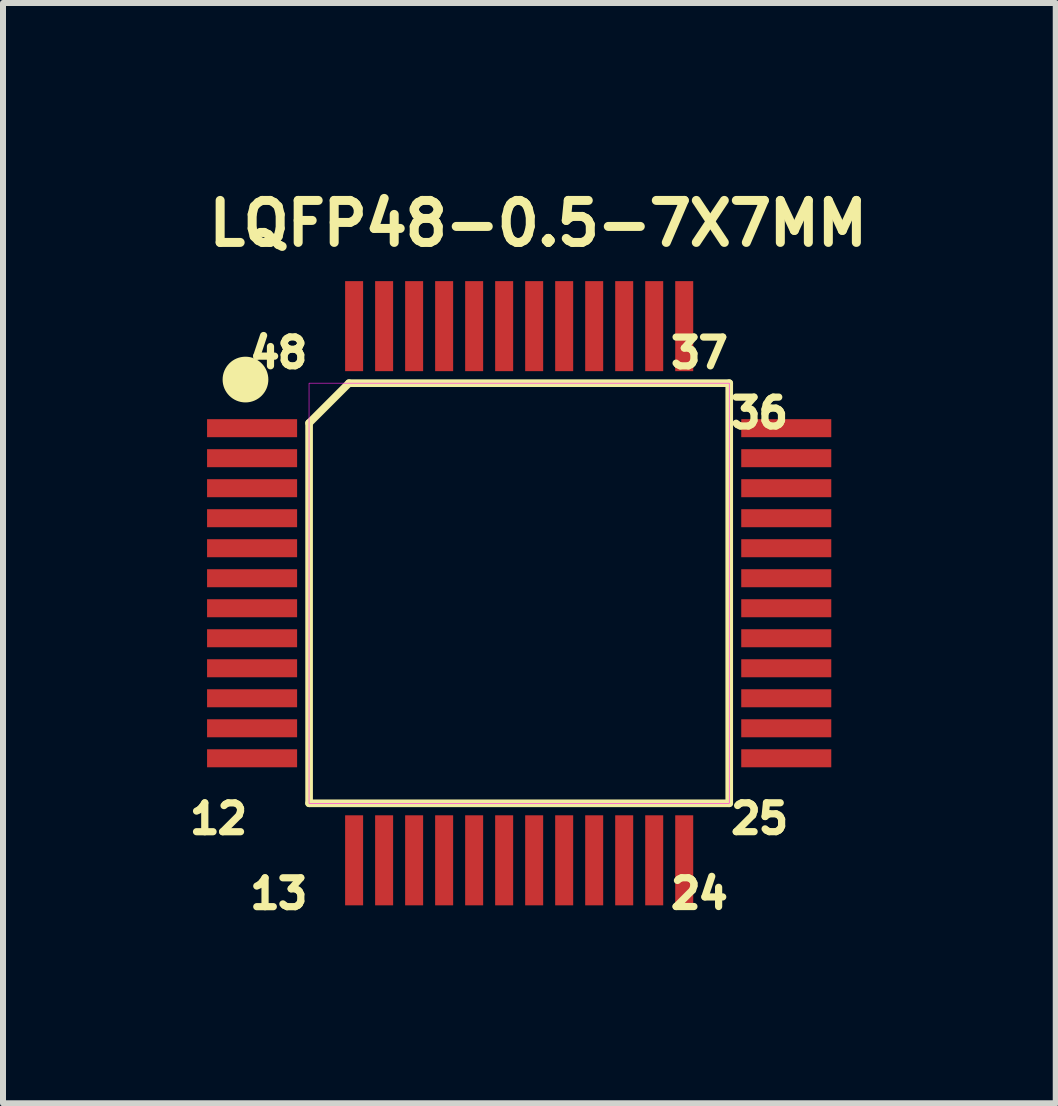
<source format=kicad_pcb>
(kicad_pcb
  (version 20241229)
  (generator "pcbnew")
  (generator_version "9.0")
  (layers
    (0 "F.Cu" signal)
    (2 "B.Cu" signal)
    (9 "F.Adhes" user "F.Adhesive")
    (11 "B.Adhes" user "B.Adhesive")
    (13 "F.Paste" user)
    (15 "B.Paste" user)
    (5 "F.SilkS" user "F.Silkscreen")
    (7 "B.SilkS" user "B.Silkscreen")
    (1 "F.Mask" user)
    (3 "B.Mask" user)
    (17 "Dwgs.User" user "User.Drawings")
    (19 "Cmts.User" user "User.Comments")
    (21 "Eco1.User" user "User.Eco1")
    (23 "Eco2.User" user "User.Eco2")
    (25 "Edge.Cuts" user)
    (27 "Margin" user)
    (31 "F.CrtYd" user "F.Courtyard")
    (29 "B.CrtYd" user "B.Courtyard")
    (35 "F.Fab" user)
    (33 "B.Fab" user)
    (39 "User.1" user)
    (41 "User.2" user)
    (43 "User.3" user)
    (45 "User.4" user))
  (footprint "LQFP48-0.5-7X7MM"
    (layer "F.Cu")
    (at 5.6 6.834)
    (property "Reference" "LQFP48-0.5-7X7MM" (at 0.318 -6.161 0) (layer "F.SilkS") (effects (font (size 0.7 0.7) (thickness 0.15))))
    (attr smd)
    (fp_line (start -3.5 -2.836) (end -3.5 3.5) (stroke (width 0.127) (type solid)) (layer "F.SilkS"))
    (fp_line (start -3.5 3.5) (end 3.5 3.5) (stroke (width 0.127) (type solid)) (layer "F.SilkS"))
    (fp_line (start -2.836 -3.5) (end -3.5 -2.836) (stroke (width 0.127) (type solid)) (layer "F.SilkS"))
    (fp_line (start 3.5 -3.5) (end -2.836 -3.5) (stroke (width 0.127) (type solid)) (layer "F.SilkS"))
    (fp_line (start 3.5 3.5) (end 3.5 -3.5) (stroke (width 0.127) (type solid)) (layer "F.SilkS"))
    (fp_circle (center -4.56 -3.56) (end -4.179 -3.56) (stroke (width 0) (type solid)) (fill yes) (layer "F.SilkS"))
    (fp_poly (pts (xy -3.501 -3.5) (xy 3.5 -3.5) (xy 3.5 3.501) (xy -3.501 3.501)) (stroke (width 0.01) (type solid)) (fill no) (layer "F.CrtYd"))
    (fp_text user "24" (at 3.003 5.004 0) (layer "F.SilkS") (effects (font (size 0.48 0.48) (thickness 0.15))))
    (fp_text user "12" (at -5.009 3.757 0) (layer "F.SilkS") (effects (font (size 0.481 0.481) (thickness 0.15))))
    (fp_text user "37" (at 3.003 -4.004 0) (layer "F.SilkS") (effects (font (size 0.48 0.48) (thickness 0.15))))
    (fp_text user "25" (at 4.006 3.756 0) (layer "F.SilkS") (effects (font (size 0.481 0.481) (thickness 0.15))))
    (fp_text user "13" (at -4.005 5.006 0) (layer "F.SilkS") (effects (font (size 0.481 0.481) (thickness 0.15))))
    (fp_text user "48" (at -4.006 -4.006 0) (layer "F.SilkS") (effects (font (size 0.481 0.481) (thickness 0.15))))
    (fp_text user "36" (at 4.004 -3.003 0) (layer "F.SilkS") (effects (font (size 0.481 0.481) (thickness 0.15))))
    (pad "1" smd rect (at -4.45 -2.75) (size 1.5 0.3) (layers "F.Cu" "F.Mask" "F.Paste"))
    (pad "2" smd rect (at -4.45 -2.25) (size 1.5 0.3) (layers "F.Cu" "F.Mask" "F.Paste"))
    (pad "3" smd rect (at -4.45 -1.75) (size 1.5 0.3) (layers "F.Cu" "F.Mask" "F.Paste"))
    (pad "4" smd rect (at -4.45 -1.25) (size 1.5 0.3) (layers "F.Cu" "F.Mask" "F.Paste"))
    (pad "5" smd rect (at -4.45 -0.75) (size 1.5 0.3) (layers "F.Cu" "F.Mask" "F.Paste"))
    (pad "6" smd rect (at -4.45 -0.25) (size 1.5 0.3) (layers "F.Cu" "F.Mask" "F.Paste"))
    (pad "7" smd rect (at -4.45 0.25) (size 1.5 0.3) (layers "F.Cu" "F.Mask" "F.Paste"))
    (pad "8" smd rect (at -4.45 0.75) (size 1.5 0.3) (layers "F.Cu" "F.Mask" "F.Paste"))
    (pad "9" smd rect (at -4.45 1.25) (size 1.5 0.3) (layers "F.Cu" "F.Mask" "F.Paste"))
    (pad "10" smd rect (at -4.45 1.75) (size 1.5 0.3) (layers "F.Cu" "F.Mask" "F.Paste"))
    (pad "11" smd rect (at -4.45 2.25) (size 1.5 0.3) (layers "F.Cu" "F.Mask" "F.Paste"))
    (pad "12" smd rect (at -4.45 2.75) (size 1.5 0.3) (layers "F.Cu" "F.Mask" "F.Paste"))
    (pad "13" smd rect (at -2.75 4.45) (size 0.3 1.5) (layers "F.Cu" "F.Mask" "F.Paste"))
    (pad "14" smd rect (at -2.25 4.45) (size 0.3 1.5) (layers "F.Cu" "F.Mask" "F.Paste"))
    (pad "15" smd rect (at -1.75 4.45) (size 0.3 1.5) (layers "F.Cu" "F.Mask" "F.Paste"))
    (pad "16" smd rect (at -1.25 4.45) (size 0.3 1.5) (layers "F.Cu" "F.Mask" "F.Paste"))
    (pad "17" smd rect (at -0.75 4.45) (size 0.3 1.5) (layers "F.Cu" "F.Mask" "F.Paste"))
    (pad "18" smd rect (at -0.25 4.45) (size 0.3 1.5) (layers "F.Cu" "F.Mask" "F.Paste"))
    (pad "19" smd rect (at 0.25 4.45) (size 0.3 1.5) (layers "F.Cu" "F.Mask" "F.Paste"))
    (pad "20" smd rect (at 0.75 4.45) (size 0.3 1.5) (layers "F.Cu" "F.Mask" "F.Paste"))
    (pad "21" smd rect (at 1.25 4.45) (size 0.3 1.5) (layers "F.Cu" "F.Mask" "F.Paste"))
    (pad "22" smd rect (at 1.75 4.45) (size 0.3 1.5) (layers "F.Cu" "F.Mask" "F.Paste"))
    (pad "23" smd rect (at 2.25 4.45) (size 0.3 1.5) (layers "F.Cu" "F.Mask" "F.Paste"))
    (pad "24" smd rect (at 2.75 4.45) (size 0.3 1.5) (layers "F.Cu" "F.Mask" "F.Paste"))
    (pad "25" smd rect (at 4.45 2.75) (size 1.5 0.3) (layers "F.Cu" "F.Mask" "F.Paste"))
    (pad "26" smd rect (at 4.45 2.25) (size 1.5 0.3) (layers "F.Cu" "F.Mask" "F.Paste"))
    (pad "27" smd rect (at 4.45 1.75) (size 1.5 0.3) (layers "F.Cu" "F.Mask" "F.Paste"))
    (pad "28" smd rect (at 4.45 1.25) (size 1.5 0.3) (layers "F.Cu" "F.Mask" "F.Paste"))
    (pad "29" smd rect (at 4.45 0.75) (size 1.5 0.3) (layers "F.Cu" "F.Mask" "F.Paste"))
    (pad "30" smd rect (at 4.45 0.25) (size 1.5 0.3) (layers "F.Cu" "F.Mask" "F.Paste"))
    (pad "31" smd rect (at 4.45 -0.25) (size 1.5 0.3) (layers "F.Cu" "F.Mask" "F.Paste"))
    (pad "32" smd rect (at 4.45 -0.75) (size 1.5 0.3) (layers "F.Cu" "F.Mask" "F.Paste"))
    (pad "33" smd rect (at 4.45 -1.25) (size 1.5 0.3) (layers "F.Cu" "F.Mask" "F.Paste"))
    (pad "34" smd rect (at 4.45 -1.75) (size 1.5 0.3) (layers "F.Cu" "F.Mask" "F.Paste"))
    (pad "35" smd rect (at 4.45 -2.25) (size 1.5 0.3) (layers "F.Cu" "F.Mask" "F.Paste"))
    (pad "36" smd rect (at 4.45 -2.75) (size 1.5 0.3) (layers "F.Cu" "F.Mask" "F.Paste"))
    (pad "37" smd rect (at 2.75 -4.45) (size 0.3 1.5) (layers "F.Cu" "F.Mask" "F.Paste"))
    (pad "38" smd rect (at 2.25 -4.45) (size 0.3 1.5) (layers "F.Cu" "F.Mask" "F.Paste"))
    (pad "39" smd rect (at 1.75 -4.45) (size 0.3 1.5) (layers "F.Cu" "F.Mask" "F.Paste"))
    (pad "40" smd rect (at 1.25 -4.45) (size 0.3 1.5) (layers "F.Cu" "F.Mask" "F.Paste"))
    (pad "41" smd rect (at 0.75 -4.45) (size 0.3 1.5) (layers "F.Cu" "F.Mask" "F.Paste"))
    (pad "42" smd rect (at 0.25 -4.45) (size 0.3 1.5) (layers "F.Cu" "F.Mask" "F.Paste"))
    (pad "43" smd rect (at -0.25 -4.45) (size 0.3 1.5) (layers "F.Cu" "F.Mask" "F.Paste"))
    (pad "44" smd rect (at -0.75 -4.45) (size 0.3 1.5) (layers "F.Cu" "F.Mask" "F.Paste"))
    (pad "45" smd rect (at -1.25 -4.45) (size 0.3 1.5) (layers "F.Cu" "F.Mask" "F.Paste"))
    (pad "46" smd rect (at -1.75 -4.45) (size 0.3 1.5) (layers "F.Cu" "F.Mask" "F.Paste"))
    (pad "47" smd rect (at -2.25 -4.45) (size 0.3 1.5) (layers "F.Cu" "F.Mask" "F.Paste"))
    (pad "48" smd rect (at -2.75 -4.45) (size 0.3 1.5) (layers "F.Cu" "F.Mask" "F.Paste")))
  (gr_rect
    (start -3 -3)
    (end 14.54 15.332)
    (stroke (width 0.1) (type default))
    (fill no)
    (layer "Edge.Cuts")))
</source>
